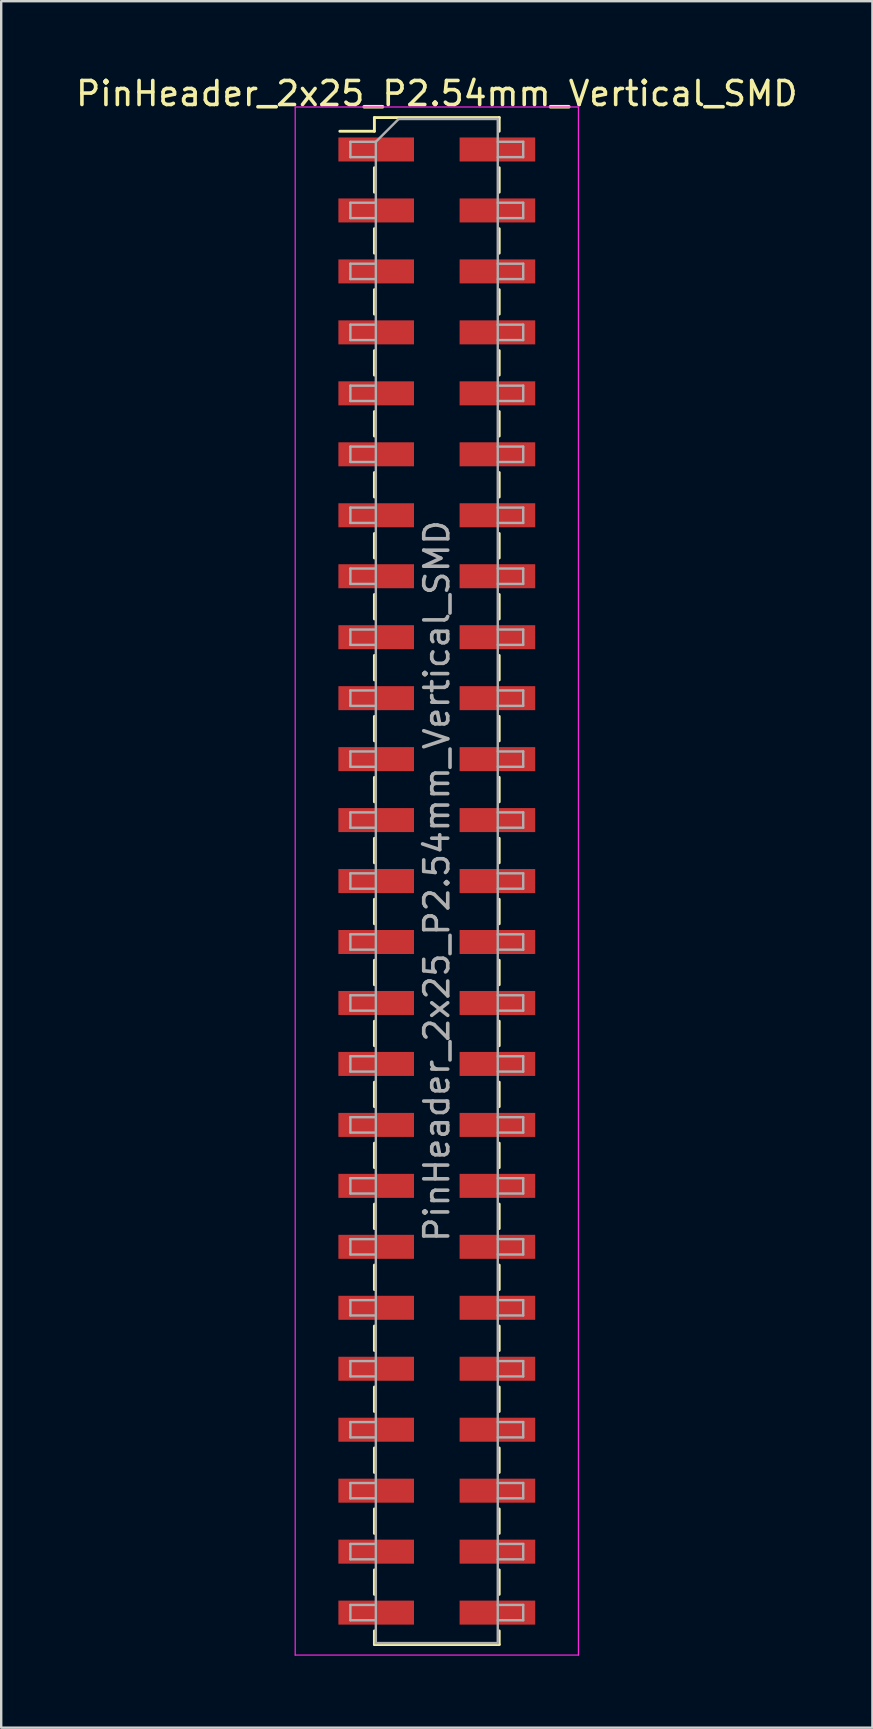
<source format=kicad_pcb>
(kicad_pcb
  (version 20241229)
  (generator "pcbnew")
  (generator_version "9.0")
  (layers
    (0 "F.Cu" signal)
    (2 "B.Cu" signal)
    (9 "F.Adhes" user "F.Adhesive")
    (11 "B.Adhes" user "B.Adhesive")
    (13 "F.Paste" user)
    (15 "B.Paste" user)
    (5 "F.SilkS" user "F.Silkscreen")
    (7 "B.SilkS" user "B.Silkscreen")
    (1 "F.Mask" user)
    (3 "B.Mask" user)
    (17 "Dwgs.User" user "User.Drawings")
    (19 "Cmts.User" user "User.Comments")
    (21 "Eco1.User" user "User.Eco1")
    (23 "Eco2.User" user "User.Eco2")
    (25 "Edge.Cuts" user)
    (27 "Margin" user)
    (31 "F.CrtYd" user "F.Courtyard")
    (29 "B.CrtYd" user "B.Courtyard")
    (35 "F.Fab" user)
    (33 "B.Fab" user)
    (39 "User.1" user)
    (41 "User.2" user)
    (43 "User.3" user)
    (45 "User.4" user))
  (footprint "PinHeader_2x25_P2.54mm_Vertical_SMD"
    (layer "F.Cu")
    (at 15.149 33.658)
    (property "Reference" "PinHeader_2x25_P2.54mm_Vertical_SMD" (at 0 -32.81 0) (layer "F.SilkS") (effects (font (size 1 1) (thickness 0.15))))
    (attr smd)
    (fp_line (start -4.04 -31.24) (end -2.6 -31.24) (stroke (width 0.12) (type solid)) (layer "F.SilkS"))
    (fp_line (start -2.6 -31.81) (end -2.6 -31.24) (stroke (width 0.12) (type solid)) (layer "F.SilkS"))
    (fp_line (start -2.6 -31.81) (end 2.6 -31.81) (stroke (width 0.12) (type solid)) (layer "F.SilkS"))
    (fp_line (start -2.6 -29.72) (end -2.6 -28.7) (stroke (width 0.12) (type solid)) (layer "F.SilkS"))
    (fp_line (start -2.6 -27.18) (end -2.6 -26.16) (stroke (width 0.12) (type solid)) (layer "F.SilkS"))
    (fp_line (start -2.6 -24.64) (end -2.6 -23.62) (stroke (width 0.12) (type solid)) (layer "F.SilkS"))
    (fp_line (start -2.6 -22.1) (end -2.6 -21.08) (stroke (width 0.12) (type solid)) (layer "F.SilkS"))
    (fp_line (start -2.6 -19.56) (end -2.6 -18.54) (stroke (width 0.12) (type solid)) (layer "F.SilkS"))
    (fp_line (start -2.6 -17.02) (end -2.6 -16) (stroke (width 0.12) (type solid)) (layer "F.SilkS"))
    (fp_line (start -2.6 -14.48) (end -2.6 -13.46) (stroke (width 0.12) (type solid)) (layer "F.SilkS"))
    (fp_line (start -2.6 -11.94) (end -2.6 -10.92) (stroke (width 0.12) (type solid)) (layer "F.SilkS"))
    (fp_line (start -2.6 -9.4) (end -2.6 -8.38) (stroke (width 0.12) (type solid)) (layer "F.SilkS"))
    (fp_line (start -2.6 -6.86) (end -2.6 -5.84) (stroke (width 0.12) (type solid)) (layer "F.SilkS"))
    (fp_line (start -2.6 -4.32) (end -2.6 -3.3) (stroke (width 0.12) (type solid)) (layer "F.SilkS"))
    (fp_line (start -2.6 -1.78) (end -2.6 -0.76) (stroke (width 0.12) (type solid)) (layer "F.SilkS"))
    (fp_line (start -2.6 0.76) (end -2.6 1.78) (stroke (width 0.12) (type solid)) (layer "F.SilkS"))
    (fp_line (start -2.6 3.3) (end -2.6 4.32) (stroke (width 0.12) (type solid)) (layer "F.SilkS"))
    (fp_line (start -2.6 5.84) (end -2.6 6.86) (stroke (width 0.12) (type solid)) (layer "F.SilkS"))
    (fp_line (start -2.6 8.38) (end -2.6 9.4) (stroke (width 0.12) (type solid)) (layer "F.SilkS"))
    (fp_line (start -2.6 10.92) (end -2.6 11.94) (stroke (width 0.12) (type solid)) (layer "F.SilkS"))
    (fp_line (start -2.6 13.46) (end -2.6 14.48) (stroke (width 0.12) (type solid)) (layer "F.SilkS"))
    (fp_line (start -2.6 16) (end -2.6 17.02) (stroke (width 0.12) (type solid)) (layer "F.SilkS"))
    (fp_line (start -2.6 18.54) (end -2.6 19.56) (stroke (width 0.12) (type solid)) (layer "F.SilkS"))
    (fp_line (start -2.6 21.08) (end -2.6 22.1) (stroke (width 0.12) (type solid)) (layer "F.SilkS"))
    (fp_line (start -2.6 23.62) (end -2.6 24.64) (stroke (width 0.12) (type solid)) (layer "F.SilkS"))
    (fp_line (start -2.6 26.16) (end -2.6 27.18) (stroke (width 0.12) (type solid)) (layer "F.SilkS"))
    (fp_line (start -2.6 28.7) (end -2.6 29.72) (stroke (width 0.12) (type solid)) (layer "F.SilkS"))
    (fp_line (start -2.6 31.24) (end -2.6 31.81) (stroke (width 0.12) (type solid)) (layer "F.SilkS"))
    (fp_line (start -2.6 31.81) (end 2.6 31.81) (stroke (width 0.12) (type solid)) (layer "F.SilkS"))
    (fp_line (start 2.6 -31.81) (end 2.6 -31.24) (stroke (width 0.12) (type solid)) (layer "F.SilkS"))
    (fp_line (start 2.6 -29.72) (end 2.6 -28.7) (stroke (width 0.12) (type solid)) (layer "F.SilkS"))
    (fp_line (start 2.6 -27.18) (end 2.6 -26.16) (stroke (width 0.12) (type solid)) (layer "F.SilkS"))
    (fp_line (start 2.6 -24.64) (end 2.6 -23.62) (stroke (width 0.12) (type solid)) (layer "F.SilkS"))
    (fp_line (start 2.6 -22.1) (end 2.6 -21.08) (stroke (width 0.12) (type solid)) (layer "F.SilkS"))
    (fp_line (start 2.6 -19.56) (end 2.6 -18.54) (stroke (width 0.12) (type solid)) (layer "F.SilkS"))
    (fp_line (start 2.6 -17.02) (end 2.6 -16) (stroke (width 0.12) (type solid)) (layer "F.SilkS"))
    (fp_line (start 2.6 -14.48) (end 2.6 -13.46) (stroke (width 0.12) (type solid)) (layer "F.SilkS"))
    (fp_line (start 2.6 -11.94) (end 2.6 -10.92) (stroke (width 0.12) (type solid)) (layer "F.SilkS"))
    (fp_line (start 2.6 -9.4) (end 2.6 -8.38) (stroke (width 0.12) (type solid)) (layer "F.SilkS"))
    (fp_line (start 2.6 -6.86) (end 2.6 -5.84) (stroke (width 0.12) (type solid)) (layer "F.SilkS"))
    (fp_line (start 2.6 -4.32) (end 2.6 -3.3) (stroke (width 0.12) (type solid)) (layer "F.SilkS"))
    (fp_line (start 2.6 -1.78) (end 2.6 -0.76) (stroke (width 0.12) (type solid)) (layer "F.SilkS"))
    (fp_line (start 2.6 0.76) (end 2.6 1.78) (stroke (width 0.12) (type solid)) (layer "F.SilkS"))
    (fp_line (start 2.6 3.3) (end 2.6 4.32) (stroke (width 0.12) (type solid)) (layer "F.SilkS"))
    (fp_line (start 2.6 5.84) (end 2.6 6.86) (stroke (width 0.12) (type solid)) (layer "F.SilkS"))
    (fp_line (start 2.6 8.38) (end 2.6 9.4) (stroke (width 0.12) (type solid)) (layer "F.SilkS"))
    (fp_line (start 2.6 10.92) (end 2.6 11.94) (stroke (width 0.12) (type solid)) (layer "F.SilkS"))
    (fp_line (start 2.6 13.46) (end 2.6 14.48) (stroke (width 0.12) (type solid)) (layer "F.SilkS"))
    (fp_line (start 2.6 16) (end 2.6 17.02) (stroke (width 0.12) (type solid)) (layer "F.SilkS"))
    (fp_line (start 2.6 18.54) (end 2.6 19.56) (stroke (width 0.12) (type solid)) (layer "F.SilkS"))
    (fp_line (start 2.6 21.08) (end 2.6 22.1) (stroke (width 0.12) (type solid)) (layer "F.SilkS"))
    (fp_line (start 2.6 23.62) (end 2.6 24.64) (stroke (width 0.12) (type solid)) (layer "F.SilkS"))
    (fp_line (start 2.6 26.16) (end 2.6 27.18) (stroke (width 0.12) (type solid)) (layer "F.SilkS"))
    (fp_line (start 2.6 28.7) (end 2.6 29.72) (stroke (width 0.12) (type solid)) (layer "F.SilkS"))
    (fp_line (start 2.6 31.24) (end 2.6 31.81) (stroke (width 0.12) (type solid)) (layer "F.SilkS"))
    (fp_line (start -5.9 -32.25) (end -5.9 32.25) (stroke (width 0.05) (type solid)) (layer "F.CrtYd"))
    (fp_line (start -5.9 32.25) (end 5.9 32.25) (stroke (width 0.05) (type solid)) (layer "F.CrtYd"))
    (fp_line (start 5.9 -32.25) (end -5.9 -32.25) (stroke (width 0.05) (type solid)) (layer "F.CrtYd"))
    (fp_line (start 5.9 32.25) (end 5.9 -32.25) (stroke (width 0.05) (type solid)) (layer "F.CrtYd"))
    (fp_line (start -3.6 -30.8) (end -3.6 -30.16) (stroke (width 0.1) (type solid)) (layer "F.Fab"))
    (fp_line (start -3.6 -30.16) (end -2.54 -30.16) (stroke (width 0.1) (type solid)) (layer "F.Fab"))
    (fp_line (start -3.6 -28.26) (end -3.6 -27.62) (stroke (width 0.1) (type solid)) (layer "F.Fab"))
    (fp_line (start -3.6 -27.62) (end -2.54 -27.62) (stroke (width 0.1) (type solid)) (layer "F.Fab"))
    (fp_line (start -3.6 -25.72) (end -3.6 -25.08) (stroke (width 0.1) (type solid)) (layer "F.Fab"))
    (fp_line (start -3.6 -25.08) (end -2.54 -25.08) (stroke (width 0.1) (type solid)) (layer "F.Fab"))
    (fp_line (start -3.6 -23.18) (end -3.6 -22.54) (stroke (width 0.1) (type solid)) (layer "F.Fab"))
    (fp_line (start -3.6 -22.54) (end -2.54 -22.54) (stroke (width 0.1) (type solid)) (layer "F.Fab"))
    (fp_line (start -3.6 -20.64) (end -3.6 -20) (stroke (width 0.1) (type solid)) (layer "F.Fab"))
    (fp_line (start -3.6 -20) (end -2.54 -20) (stroke (width 0.1) (type solid)) (layer "F.Fab"))
    (fp_line (start -3.6 -18.1) (end -3.6 -17.46) (stroke (width 0.1) (type solid)) (layer "F.Fab"))
    (fp_line (start -3.6 -17.46) (end -2.54 -17.46) (stroke (width 0.1) (type solid)) (layer "F.Fab"))
    (fp_line (start -3.6 -15.56) (end -3.6 -14.92) (stroke (width 0.1) (type solid)) (layer "F.Fab"))
    (fp_line (start -3.6 -14.92) (end -2.54 -14.92) (stroke (width 0.1) (type solid)) (layer "F.Fab"))
    (fp_line (start -3.6 -13.02) (end -3.6 -12.38) (stroke (width 0.1) (type solid)) (layer "F.Fab"))
    (fp_line (start -3.6 -12.38) (end -2.54 -12.38) (stroke (width 0.1) (type solid)) (layer "F.Fab"))
    (fp_line (start -3.6 -10.48) (end -3.6 -9.84) (stroke (width 0.1) (type solid)) (layer "F.Fab"))
    (fp_line (start -3.6 -9.84) (end -2.54 -9.84) (stroke (width 0.1) (type solid)) (layer "F.Fab"))
    (fp_line (start -3.6 -7.94) (end -3.6 -7.3) (stroke (width 0.1) (type solid)) (layer "F.Fab"))
    (fp_line (start -3.6 -7.3) (end -2.54 -7.3) (stroke (width 0.1) (type solid)) (layer "F.Fab"))
    (fp_line (start -3.6 -5.4) (end -3.6 -4.76) (stroke (width 0.1) (type solid)) (layer "F.Fab"))
    (fp_line (start -3.6 -4.76) (end -2.54 -4.76) (stroke (width 0.1) (type solid)) (layer "F.Fab"))
    (fp_line (start -3.6 -2.86) (end -3.6 -2.22) (stroke (width 0.1) (type solid)) (layer "F.Fab"))
    (fp_line (start -3.6 -2.22) (end -2.54 -2.22) (stroke (width 0.1) (type solid)) (layer "F.Fab"))
    (fp_line (start -3.6 -0.32) (end -3.6 0.32) (stroke (width 0.1) (type solid)) (layer "F.Fab"))
    (fp_line (start -3.6 0.32) (end -2.54 0.32) (stroke (width 0.1) (type solid)) (layer "F.Fab"))
    (fp_line (start -3.6 2.22) (end -3.6 2.86) (stroke (width 0.1) (type solid)) (layer "F.Fab"))
    (fp_line (start -3.6 2.86) (end -2.54 2.86) (stroke (width 0.1) (type solid)) (layer "F.Fab"))
    (fp_line (start -3.6 4.76) (end -3.6 5.4) (stroke (width 0.1) (type solid)) (layer "F.Fab"))
    (fp_line (start -3.6 5.4) (end -2.54 5.4) (stroke (width 0.1) (type solid)) (layer "F.Fab"))
    (fp_line (start -3.6 7.3) (end -3.6 7.94) (stroke (width 0.1) (type solid)) (layer "F.Fab"))
    (fp_line (start -3.6 7.94) (end -2.54 7.94) (stroke (width 0.1) (type solid)) (layer "F.Fab"))
    (fp_line (start -3.6 9.84) (end -3.6 10.48) (stroke (width 0.1) (type solid)) (layer "F.Fab"))
    (fp_line (start -3.6 10.48) (end -2.54 10.48) (stroke (width 0.1) (type solid)) (layer "F.Fab"))
    (fp_line (start -3.6 12.38) (end -3.6 13.02) (stroke (width 0.1) (type solid)) (layer "F.Fab"))
    (fp_line (start -3.6 13.02) (end -2.54 13.02) (stroke (width 0.1) (type solid)) (layer "F.Fab"))
    (fp_line (start -3.6 14.92) (end -3.6 15.56) (stroke (width 0.1) (type solid)) (layer "F.Fab"))
    (fp_line (start -3.6 15.56) (end -2.54 15.56) (stroke (width 0.1) (type solid)) (layer "F.Fab"))
    (fp_line (start -3.6 17.46) (end -3.6 18.1) (stroke (width 0.1) (type solid)) (layer "F.Fab"))
    (fp_line (start -3.6 18.1) (end -2.54 18.1) (stroke (width 0.1) (type solid)) (layer "F.Fab"))
    (fp_line (start -3.6 20) (end -3.6 20.64) (stroke (width 0.1) (type solid)) (layer "F.Fab"))
    (fp_line (start -3.6 20.64) (end -2.54 20.64) (stroke (width 0.1) (type solid)) (layer "F.Fab"))
    (fp_line (start -3.6 22.54) (end -3.6 23.18) (stroke (width 0.1) (type solid)) (layer "F.Fab"))
    (fp_line (start -3.6 23.18) (end -2.54 23.18) (stroke (width 0.1) (type solid)) (layer "F.Fab"))
    (fp_line (start -3.6 25.08) (end -3.6 25.72) (stroke (width 0.1) (type solid)) (layer "F.Fab"))
    (fp_line (start -3.6 25.72) (end -2.54 25.72) (stroke (width 0.1) (type solid)) (layer "F.Fab"))
    (fp_line (start -3.6 27.62) (end -3.6 28.26) (stroke (width 0.1) (type solid)) (layer "F.Fab"))
    (fp_line (start -3.6 28.26) (end -2.54 28.26) (stroke (width 0.1) (type solid)) (layer "F.Fab"))
    (fp_line (start -3.6 30.16) (end -3.6 30.8) (stroke (width 0.1) (type solid)) (layer "F.Fab"))
    (fp_line (start -3.6 30.8) (end -2.54 30.8) (stroke (width 0.1) (type solid)) (layer "F.Fab"))
    (fp_line (start -2.54 -30.8) (end -3.6 -30.8) (stroke (width 0.1) (type solid)) (layer "F.Fab"))
    (fp_line (start -2.54 -30.8) (end -1.59 -31.75) (stroke (width 0.1) (type solid)) (layer "F.Fab"))
    (fp_line (start -2.54 -28.26) (end -3.6 -28.26) (stroke (width 0.1) (type solid)) (layer "F.Fab"))
    (fp_line (start -2.54 -25.72) (end -3.6 -25.72) (stroke (width 0.1) (type solid)) (layer "F.Fab"))
    (fp_line (start -2.54 -23.18) (end -3.6 -23.18) (stroke (width 0.1) (type solid)) (layer "F.Fab"))
    (fp_line (start -2.54 -20.64) (end -3.6 -20.64) (stroke (width 0.1) (type solid)) (layer "F.Fab"))
    (fp_line (start -2.54 -18.1) (end -3.6 -18.1) (stroke (width 0.1) (type solid)) (layer "F.Fab"))
    (fp_line (start -2.54 -15.56) (end -3.6 -15.56) (stroke (width 0.1) (type solid)) (layer "F.Fab"))
    (fp_line (start -2.54 -13.02) (end -3.6 -13.02) (stroke (width 0.1) (type solid)) (layer "F.Fab"))
    (fp_line (start -2.54 -10.48) (end -3.6 -10.48) (stroke (width 0.1) (type solid)) (layer "F.Fab"))
    (fp_line (start -2.54 -7.94) (end -3.6 -7.94) (stroke (width 0.1) (type solid)) (layer "F.Fab"))
    (fp_line (start -2.54 -5.4) (end -3.6 -5.4) (stroke (width 0.1) (type solid)) (layer "F.Fab"))
    (fp_line (start -2.54 -2.86) (end -3.6 -2.86) (stroke (width 0.1) (type solid)) (layer "F.Fab"))
    (fp_line (start -2.54 -0.32) (end -3.6 -0.32) (stroke (width 0.1) (type solid)) (layer "F.Fab"))
    (fp_line (start -2.54 2.22) (end -3.6 2.22) (stroke (width 0.1) (type solid)) (layer "F.Fab"))
    (fp_line (start -2.54 4.76) (end -3.6 4.76) (stroke (width 0.1) (type solid)) (layer "F.Fab"))
    (fp_line (start -2.54 7.3) (end -3.6 7.3) (stroke (width 0.1) (type solid)) (layer "F.Fab"))
    (fp_line (start -2.54 9.84) (end -3.6 9.84) (stroke (width 0.1) (type solid)) (layer "F.Fab"))
    (fp_line (start -2.54 12.38) (end -3.6 12.38) (stroke (width 0.1) (type solid)) (layer "F.Fab"))
    (fp_line (start -2.54 14.92) (end -3.6 14.92) (stroke (width 0.1) (type solid)) (layer "F.Fab"))
    (fp_line (start -2.54 17.46) (end -3.6 17.46) (stroke (width 0.1) (type solid)) (layer "F.Fab"))
    (fp_line (start -2.54 20) (end -3.6 20) (stroke (width 0.1) (type solid)) (layer "F.Fab"))
    (fp_line (start -2.54 22.54) (end -3.6 22.54) (stroke (width 0.1) (type solid)) (layer "F.Fab"))
    (fp_line (start -2.54 25.08) (end -3.6 25.08) (stroke (width 0.1) (type solid)) (layer "F.Fab"))
    (fp_line (start -2.54 27.62) (end -3.6 27.62) (stroke (width 0.1) (type solid)) (layer "F.Fab"))
    (fp_line (start -2.54 30.16) (end -3.6 30.16) (stroke (width 0.1) (type solid)) (layer "F.Fab"))
    (fp_line (start -2.54 31.75) (end -2.54 -30.8) (stroke (width 0.1) (type solid)) (layer "F.Fab"))
    (fp_line (start -1.59 -31.75) (end 2.54 -31.75) (stroke (width 0.1) (type solid)) (layer "F.Fab"))
    (fp_line (start 2.54 -31.75) (end 2.54 31.75) (stroke (width 0.1) (type solid)) (layer "F.Fab"))
    (fp_line (start 2.54 -30.8) (end 3.6 -30.8) (stroke (width 0.1) (type solid)) (layer "F.Fab"))
    (fp_line (start 2.54 -28.26) (end 3.6 -28.26) (stroke (width 0.1) (type solid)) (layer "F.Fab"))
    (fp_line (start 2.54 -25.72) (end 3.6 -25.72) (stroke (width 0.1) (type solid)) (layer "F.Fab"))
    (fp_line (start 2.54 -23.18) (end 3.6 -23.18) (stroke (width 0.1) (type solid)) (layer "F.Fab"))
    (fp_line (start 2.54 -20.64) (end 3.6 -20.64) (stroke (width 0.1) (type solid)) (layer "F.Fab"))
    (fp_line (start 2.54 -18.1) (end 3.6 -18.1) (stroke (width 0.1) (type solid)) (layer "F.Fab"))
    (fp_line (start 2.54 -15.56) (end 3.6 -15.56) (stroke (width 0.1) (type solid)) (layer "F.Fab"))
    (fp_line (start 2.54 -13.02) (end 3.6 -13.02) (stroke (width 0.1) (type solid)) (layer "F.Fab"))
    (fp_line (start 2.54 -10.48) (end 3.6 -10.48) (stroke (width 0.1) (type solid)) (layer "F.Fab"))
    (fp_line (start 2.54 -7.94) (end 3.6 -7.94) (stroke (width 0.1) (type solid)) (layer "F.Fab"))
    (fp_line (start 2.54 -5.4) (end 3.6 -5.4) (stroke (width 0.1) (type solid)) (layer "F.Fab"))
    (fp_line (start 2.54 -2.86) (end 3.6 -2.86) (stroke (width 0.1) (type solid)) (layer "F.Fab"))
    (fp_line (start 2.54 -0.32) (end 3.6 -0.32) (stroke (width 0.1) (type solid)) (layer "F.Fab"))
    (fp_line (start 2.54 2.22) (end 3.6 2.22) (stroke (width 0.1) (type solid)) (layer "F.Fab"))
    (fp_line (start 2.54 4.76) (end 3.6 4.76) (stroke (width 0.1) (type solid)) (layer "F.Fab"))
    (fp_line (start 2.54 7.3) (end 3.6 7.3) (stroke (width 0.1) (type solid)) (layer "F.Fab"))
    (fp_line (start 2.54 9.84) (end 3.6 9.84) (stroke (width 0.1) (type solid)) (layer "F.Fab"))
    (fp_line (start 2.54 12.38) (end 3.6 12.38) (stroke (width 0.1) (type solid)) (layer "F.Fab"))
    (fp_line (start 2.54 14.92) (end 3.6 14.92) (stroke (width 0.1) (type solid)) (layer "F.Fab"))
    (fp_line (start 2.54 17.46) (end 3.6 17.46) (stroke (width 0.1) (type solid)) (layer "F.Fab"))
    (fp_line (start 2.54 20) (end 3.6 20) (stroke (width 0.1) (type solid)) (layer "F.Fab"))
    (fp_line (start 2.54 22.54) (end 3.6 22.54) (stroke (width 0.1) (type solid)) (layer "F.Fab"))
    (fp_line (start 2.54 25.08) (end 3.6 25.08) (stroke (width 0.1) (type solid)) (layer "F.Fab"))
    (fp_line (start 2.54 27.62) (end 3.6 27.62) (stroke (width 0.1) (type solid)) (layer "F.Fab"))
    (fp_line (start 2.54 30.16) (end 3.6 30.16) (stroke (width 0.1) (type solid)) (layer "F.Fab"))
    (fp_line (start 2.54 31.75) (end -2.54 31.75) (stroke (width 0.1) (type solid)) (layer "F.Fab"))
    (fp_line (start 3.6 -30.8) (end 3.6 -30.16) (stroke (width 0.1) (type solid)) (layer "F.Fab"))
    (fp_line (start 3.6 -30.16) (end 2.54 -30.16) (stroke (width 0.1) (type solid)) (layer "F.Fab"))
    (fp_line (start 3.6 -28.26) (end 3.6 -27.62) (stroke (width 0.1) (type solid)) (layer "F.Fab"))
    (fp_line (start 3.6 -27.62) (end 2.54 -27.62) (stroke (width 0.1) (type solid)) (layer "F.Fab"))
    (fp_line (start 3.6 -25.72) (end 3.6 -25.08) (stroke (width 0.1) (type solid)) (layer "F.Fab"))
    (fp_line (start 3.6 -25.08) (end 2.54 -25.08) (stroke (width 0.1) (type solid)) (layer "F.Fab"))
    (fp_line (start 3.6 -23.18) (end 3.6 -22.54) (stroke (width 0.1) (type solid)) (layer "F.Fab"))
    (fp_line (start 3.6 -22.54) (end 2.54 -22.54) (stroke (width 0.1) (type solid)) (layer "F.Fab"))
    (fp_line (start 3.6 -20.64) (end 3.6 -20) (stroke (width 0.1) (type solid)) (layer "F.Fab"))
    (fp_line (start 3.6 -20) (end 2.54 -20) (stroke (width 0.1) (type solid)) (layer "F.Fab"))
    (fp_line (start 3.6 -18.1) (end 3.6 -17.46) (stroke (width 0.1) (type solid)) (layer "F.Fab"))
    (fp_line (start 3.6 -17.46) (end 2.54 -17.46) (stroke (width 0.1) (type solid)) (layer "F.Fab"))
    (fp_line (start 3.6 -15.56) (end 3.6 -14.92) (stroke (width 0.1) (type solid)) (layer "F.Fab"))
    (fp_line (start 3.6 -14.92) (end 2.54 -14.92) (stroke (width 0.1) (type solid)) (layer "F.Fab"))
    (fp_line (start 3.6 -13.02) (end 3.6 -12.38) (stroke (width 0.1) (type solid)) (layer "F.Fab"))
    (fp_line (start 3.6 -12.38) (end 2.54 -12.38) (stroke (width 0.1) (type solid)) (layer "F.Fab"))
    (fp_line (start 3.6 -10.48) (end 3.6 -9.84) (stroke (width 0.1) (type solid)) (layer "F.Fab"))
    (fp_line (start 3.6 -9.84) (end 2.54 -9.84) (stroke (width 0.1) (type solid)) (layer "F.Fab"))
    (fp_line (start 3.6 -7.94) (end 3.6 -7.3) (stroke (width 0.1) (type solid)) (layer "F.Fab"))
    (fp_line (start 3.6 -7.3) (end 2.54 -7.3) (stroke (width 0.1) (type solid)) (layer "F.Fab"))
    (fp_line (start 3.6 -5.4) (end 3.6 -4.76) (stroke (width 0.1) (type solid)) (layer "F.Fab"))
    (fp_line (start 3.6 -4.76) (end 2.54 -4.76) (stroke (width 0.1) (type solid)) (layer "F.Fab"))
    (fp_line (start 3.6 -2.86) (end 3.6 -2.22) (stroke (width 0.1) (type solid)) (layer "F.Fab"))
    (fp_line (start 3.6 -2.22) (end 2.54 -2.22) (stroke (width 0.1) (type solid)) (layer "F.Fab"))
    (fp_line (start 3.6 -0.32) (end 3.6 0.32) (stroke (width 0.1) (type solid)) (layer "F.Fab"))
    (fp_line (start 3.6 0.32) (end 2.54 0.32) (stroke (width 0.1) (type solid)) (layer "F.Fab"))
    (fp_line (start 3.6 2.22) (end 3.6 2.86) (stroke (width 0.1) (type solid)) (layer "F.Fab"))
    (fp_line (start 3.6 2.86) (end 2.54 2.86) (stroke (width 0.1) (type solid)) (layer "F.Fab"))
    (fp_line (start 3.6 4.76) (end 3.6 5.4) (stroke (width 0.1) (type solid)) (layer "F.Fab"))
    (fp_line (start 3.6 5.4) (end 2.54 5.4) (stroke (width 0.1) (type solid)) (layer "F.Fab"))
    (fp_line (start 3.6 7.3) (end 3.6 7.94) (stroke (width 0.1) (type solid)) (layer "F.Fab"))
    (fp_line (start 3.6 7.94) (end 2.54 7.94) (stroke (width 0.1) (type solid)) (layer "F.Fab"))
    (fp_line (start 3.6 9.84) (end 3.6 10.48) (stroke (width 0.1) (type solid)) (layer "F.Fab"))
    (fp_line (start 3.6 10.48) (end 2.54 10.48) (stroke (width 0.1) (type solid)) (layer "F.Fab"))
    (fp_line (start 3.6 12.38) (end 3.6 13.02) (stroke (width 0.1) (type solid)) (layer "F.Fab"))
    (fp_line (start 3.6 13.02) (end 2.54 13.02) (stroke (width 0.1) (type solid)) (layer "F.Fab"))
    (fp_line (start 3.6 14.92) (end 3.6 15.56) (stroke (width 0.1) (type solid)) (layer "F.Fab"))
    (fp_line (start 3.6 15.56) (end 2.54 15.56) (stroke (width 0.1) (type solid)) (layer "F.Fab"))
    (fp_line (start 3.6 17.46) (end 3.6 18.1) (stroke (width 0.1) (type solid)) (layer "F.Fab"))
    (fp_line (start 3.6 18.1) (end 2.54 18.1) (stroke (width 0.1) (type solid)) (layer "F.Fab"))
    (fp_line (start 3.6 20) (end 3.6 20.64) (stroke (width 0.1) (type solid)) (layer "F.Fab"))
    (fp_line (start 3.6 20.64) (end 2.54 20.64) (stroke (width 0.1) (type solid)) (layer "F.Fab"))
    (fp_line (start 3.6 22.54) (end 3.6 23.18) (stroke (width 0.1) (type solid)) (layer "F.Fab"))
    (fp_line (start 3.6 23.18) (end 2.54 23.18) (stroke (width 0.1) (type solid)) (layer "F.Fab"))
    (fp_line (start 3.6 25.08) (end 3.6 25.72) (stroke (width 0.1) (type solid)) (layer "F.Fab"))
    (fp_line (start 3.6 25.72) (end 2.54 25.72) (stroke (width 0.1) (type solid)) (layer "F.Fab"))
    (fp_line (start 3.6 27.62) (end 3.6 28.26) (stroke (width 0.1) (type solid)) (layer "F.Fab"))
    (fp_line (start 3.6 28.26) (end 2.54 28.26) (stroke (width 0.1) (type solid)) (layer "F.Fab"))
    (fp_line (start 3.6 30.16) (end 3.6 30.8) (stroke (width 0.1) (type solid)) (layer "F.Fab"))
    (fp_line (start 3.6 30.8) (end 2.54 30.8) (stroke (width 0.1) (type solid)) (layer "F.Fab"))
    (fp_text user "${REFERENCE}" (at 0 0 90) (layer "F.Fab") (effects (font (size 1 1) (thickness 0.15))))
    (pad "1" smd rect (at -2.525 -30.48) (size 3.15 1) (layers "F.Cu" "F.Mask" "F.Paste"))
    (pad "2" smd rect (at 2.525 -30.48) (size 3.15 1) (layers "F.Cu" "F.Mask" "F.Paste"))
    (pad "3" smd rect (at -2.525 -27.94) (size 3.15 1) (layers "F.Cu" "F.Mask" "F.Paste"))
    (pad "4" smd rect (at 2.525 -27.94) (size 3.15 1) (layers "F.Cu" "F.Mask" "F.Paste"))
    (pad "5" smd rect (at -2.525 -25.4) (size 3.15 1) (layers "F.Cu" "F.Mask" "F.Paste"))
    (pad "6" smd rect (at 2.525 -25.4) (size 3.15 1) (layers "F.Cu" "F.Mask" "F.Paste"))
    (pad "7" smd rect (at -2.525 -22.86) (size 3.15 1) (layers "F.Cu" "F.Mask" "F.Paste"))
    (pad "8" smd rect (at 2.525 -22.86) (size 3.15 1) (layers "F.Cu" "F.Mask" "F.Paste"))
    (pad "9" smd rect (at -2.525 -20.32) (size 3.15 1) (layers "F.Cu" "F.Mask" "F.Paste"))
    (pad "10" smd rect (at 2.525 -20.32) (size 3.15 1) (layers "F.Cu" "F.Mask" "F.Paste"))
    (pad "11" smd rect (at -2.525 -17.78) (size 3.15 1) (layers "F.Cu" "F.Mask" "F.Paste"))
    (pad "12" smd rect (at 2.525 -17.78) (size 3.15 1) (layers "F.Cu" "F.Mask" "F.Paste"))
    (pad "13" smd rect (at -2.525 -15.24) (size 3.15 1) (layers "F.Cu" "F.Mask" "F.Paste"))
    (pad "14" smd rect (at 2.525 -15.24) (size 3.15 1) (layers "F.Cu" "F.Mask" "F.Paste"))
    (pad "15" smd rect (at -2.525 -12.7) (size 3.15 1) (layers "F.Cu" "F.Mask" "F.Paste"))
    (pad "16" smd rect (at 2.525 -12.7) (size 3.15 1) (layers "F.Cu" "F.Mask" "F.Paste"))
    (pad "17" smd rect (at -2.525 -10.16) (size 3.15 1) (layers "F.Cu" "F.Mask" "F.Paste"))
    (pad "18" smd rect (at 2.525 -10.16) (size 3.15 1) (layers "F.Cu" "F.Mask" "F.Paste"))
    (pad "19" smd rect (at -2.525 -7.62) (size 3.15 1) (layers "F.Cu" "F.Mask" "F.Paste"))
    (pad "20" smd rect (at 2.525 -7.62) (size 3.15 1) (layers "F.Cu" "F.Mask" "F.Paste"))
    (pad "21" smd rect (at -2.525 -5.08) (size 3.15 1) (layers "F.Cu" "F.Mask" "F.Paste"))
    (pad "22" smd rect (at 2.525 -5.08) (size 3.15 1) (layers "F.Cu" "F.Mask" "F.Paste"))
    (pad "23" smd rect (at -2.525 -2.54) (size 3.15 1) (layers "F.Cu" "F.Mask" "F.Paste"))
    (pad "24" smd rect (at 2.525 -2.54) (size 3.15 1) (layers "F.Cu" "F.Mask" "F.Paste"))
    (pad "25" smd rect (at -2.525 0) (size 3.15 1) (layers "F.Cu" "F.Mask" "F.Paste"))
    (pad "26" smd rect (at 2.525 0) (size 3.15 1) (layers "F.Cu" "F.Mask" "F.Paste"))
    (pad "27" smd rect (at -2.525 2.54) (size 3.15 1) (layers "F.Cu" "F.Mask" "F.Paste"))
    (pad "28" smd rect (at 2.525 2.54) (size 3.15 1) (layers "F.Cu" "F.Mask" "F.Paste"))
    (pad "29" smd rect (at -2.525 5.08) (size 3.15 1) (layers "F.Cu" "F.Mask" "F.Paste"))
    (pad "30" smd rect (at 2.525 5.08) (size 3.15 1) (layers "F.Cu" "F.Mask" "F.Paste"))
    (pad "31" smd rect (at -2.525 7.62) (size 3.15 1) (layers "F.Cu" "F.Mask" "F.Paste"))
    (pad "32" smd rect (at 2.525 7.62) (size 3.15 1) (layers "F.Cu" "F.Mask" "F.Paste"))
    (pad "33" smd rect (at -2.525 10.16) (size 3.15 1) (layers "F.Cu" "F.Mask" "F.Paste"))
    (pad "34" smd rect (at 2.525 10.16) (size 3.15 1) (layers "F.Cu" "F.Mask" "F.Paste"))
    (pad "35" smd rect (at -2.525 12.7) (size 3.15 1) (layers "F.Cu" "F.Mask" "F.Paste"))
    (pad "36" smd rect (at 2.525 12.7) (size 3.15 1) (layers "F.Cu" "F.Mask" "F.Paste"))
    (pad "37" smd rect (at -2.525 15.24) (size 3.15 1) (layers "F.Cu" "F.Mask" "F.Paste"))
    (pad "38" smd rect (at 2.525 15.24) (size 3.15 1) (layers "F.Cu" "F.Mask" "F.Paste"))
    (pad "39" smd rect (at -2.525 17.78) (size 3.15 1) (layers "F.Cu" "F.Mask" "F.Paste"))
    (pad "40" smd rect (at 2.525 17.78) (size 3.15 1) (layers "F.Cu" "F.Mask" "F.Paste"))
    (pad "41" smd rect (at -2.525 20.32) (size 3.15 1) (layers "F.Cu" "F.Mask" "F.Paste"))
    (pad "42" smd rect (at 2.525 20.32) (size 3.15 1) (layers "F.Cu" "F.Mask" "F.Paste"))
    (pad "43" smd rect (at -2.525 22.86) (size 3.15 1) (layers "F.Cu" "F.Mask" "F.Paste"))
    (pad "44" smd rect (at 2.525 22.86) (size 3.15 1) (layers "F.Cu" "F.Mask" "F.Paste"))
    (pad "45" smd rect (at -2.525 25.4) (size 3.15 1) (layers "F.Cu" "F.Mask" "F.Paste"))
    (pad "46" smd rect (at 2.525 25.4) (size 3.15 1) (layers "F.Cu" "F.Mask" "F.Paste"))
    (pad "47" smd rect (at -2.525 27.94) (size 3.15 1) (layers "F.Cu" "F.Mask" "F.Paste"))
    (pad "48" smd rect (at 2.525 27.94) (size 3.15 1) (layers "F.Cu" "F.Mask" "F.Paste"))
    (pad "49" smd rect (at -2.525 30.48) (size 3.15 1) (layers "F.Cu" "F.Mask" "F.Paste"))
    (pad "50" smd rect (at 2.525 30.48) (size 3.15 1) (layers "F.Cu" "F.Mask" "F.Paste")))
  (gr_rect
    (start -3 -3)
    (end 33.298 68.933)
    (stroke (width 0.1) (type default))
    (fill no)
    (layer "Edge.Cuts")))
</source>
